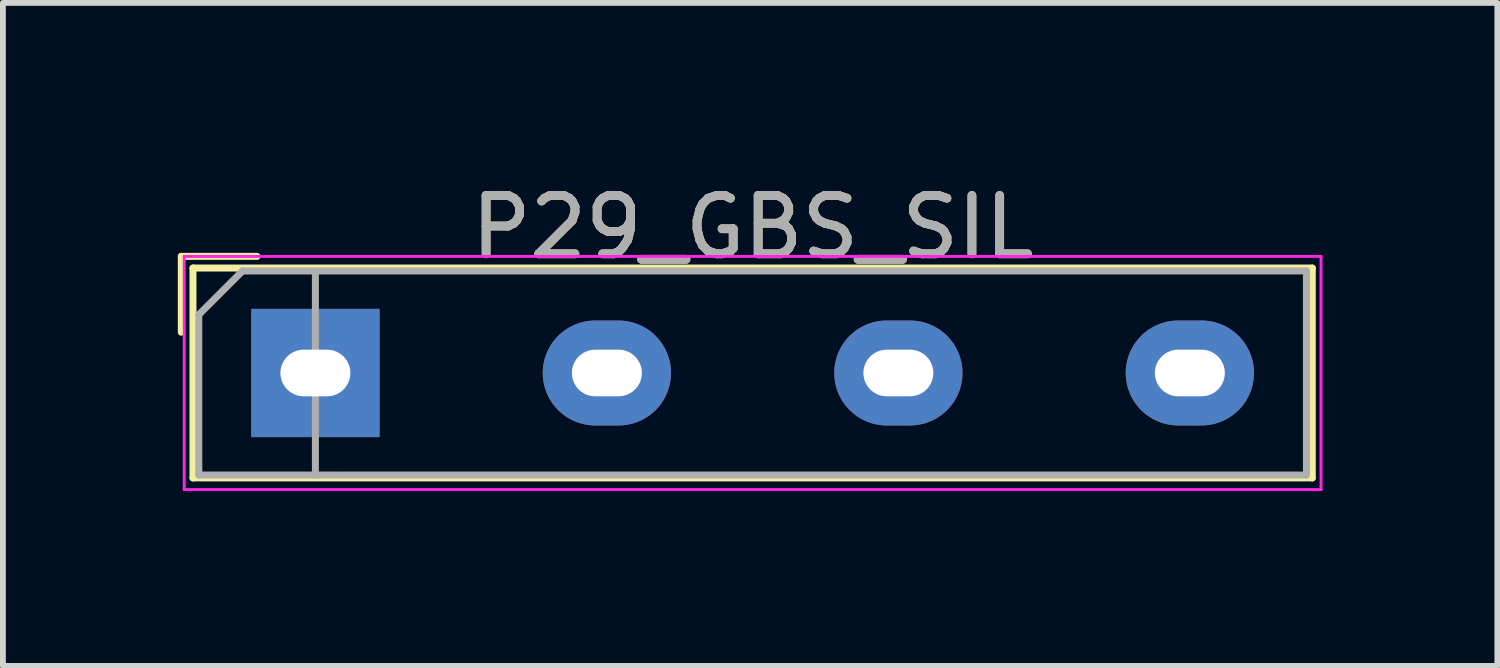
<source format=kicad_pcb>
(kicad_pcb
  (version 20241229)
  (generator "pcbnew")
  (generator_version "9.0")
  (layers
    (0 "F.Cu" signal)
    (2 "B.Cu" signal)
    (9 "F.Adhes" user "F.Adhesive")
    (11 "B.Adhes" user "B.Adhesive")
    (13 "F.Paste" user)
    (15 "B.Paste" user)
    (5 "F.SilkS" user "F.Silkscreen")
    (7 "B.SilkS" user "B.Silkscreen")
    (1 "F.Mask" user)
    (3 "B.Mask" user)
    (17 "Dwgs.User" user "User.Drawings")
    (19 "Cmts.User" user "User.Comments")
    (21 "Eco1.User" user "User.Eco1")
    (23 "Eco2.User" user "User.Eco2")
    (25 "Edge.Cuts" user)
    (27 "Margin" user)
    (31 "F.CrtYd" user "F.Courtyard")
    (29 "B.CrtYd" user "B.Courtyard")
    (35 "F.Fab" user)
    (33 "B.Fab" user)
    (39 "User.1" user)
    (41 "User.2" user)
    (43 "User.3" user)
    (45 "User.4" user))
  (footprint "P29_GBS_SIL"
    (layer "F.Cu")
    (at 2.36 3.348)
    (property "Reference" "P29_GBS_SIL" (at 7.5 -2.5 180) (layer "F.SilkS") (effects (font (size 1 1) (thickness 0.15))))
    (attr through_hole)
    (fp_line (start -2.3 -2) (end -1 -2) (stroke (width 0.12) (type solid)) (layer "F.SilkS"))
    (fp_line (start -2.3 -0.7) (end -2.3 -2) (stroke (width 0.12) (type solid)) (layer "F.SilkS"))
    (fp_line (start -2.1 -1.8) (end 17.1 -1.8) (stroke (width 0.12) (type solid)) (layer "F.SilkS"))
    (fp_line (start -2.1 1.8) (end -2.1 -1.8) (stroke (width 0.12) (type solid)) (layer "F.SilkS"))
    (fp_line (start 17.1 -1.8) (end 17.1 1.8) (stroke (width 0.12) (type solid)) (layer "F.SilkS"))
    (fp_line (start 17.1 1.8) (end -2.1 1.8) (stroke (width 0.12) (type solid)) (layer "F.SilkS"))
    (fp_line (start -2.25 -2) (end -2.25 2) (stroke (width 0.05) (type solid)) (layer "F.CrtYd"))
    (fp_line (start -2.25 -2) (end 17.25 -2) (stroke (width 0.05) (type solid)) (layer "F.CrtYd"))
    (fp_line (start 17.25 2) (end -2.25 2) (stroke (width 0.05) (type solid)) (layer "F.CrtYd"))
    (fp_line (start 17.25 2) (end 17.25 -2) (stroke (width 0.05) (type solid)) (layer "F.CrtYd"))
    (fp_line (start -2 -1) (end -1.25 -1.75) (stroke (width 0.12) (type solid)) (layer "F.Fab"))
    (fp_line (start -2 1.75) (end -2 -1) (stroke (width 0.12) (type solid)) (layer "F.Fab"))
    (fp_line (start -1.25 -1.75) (end 17 -1.75) (stroke (width 0.12) (type solid)) (layer "F.Fab"))
    (fp_line (start 0 -1.75) (end 0 1.75) (stroke (width 0.12) (type solid)) (layer "F.Fab"))
    (fp_line (start 17 -1.75) (end 17 1.75) (stroke (width 0.12) (type solid)) (layer "F.Fab"))
    (fp_line (start 17 1.75) (end -2 1.75) (stroke (width 0.12) (type solid)) (layer "F.Fab"))
    (fp_text user "${REFERENCE}" (at 7.5 -2.5 180) (layer "F.Fab") (effects (font (size 1 1) (thickness 0.15))))
    (pad "1" thru_hole rect (at 0 0) (size 2.2 2.2) (drill oval 1.2 0.8) (layers "*.Cu" "*.Mask"))
    (pad "2" thru_hole oval (at 5 0) (size 2.2 1.8) (drill oval 1.2 0.8) (layers "*.Cu" "*.Mask"))
    (pad "3" thru_hole oval (at 10 0) (size 2.2 1.8) (drill oval 1.2 0.8) (layers "*.Cu" "*.Mask"))
    (pad "4" thru_hole oval (at 15 0) (size 2.2 1.8) (drill oval 1.2 0.8) (layers "*.Cu" "*.Mask")))
  (gr_rect
    (start -3 -3)
    (end 22.635 8.373)
    (stroke (width 0.1) (type default))
    (fill no)
    (layer "Edge.Cuts")))
</source>
